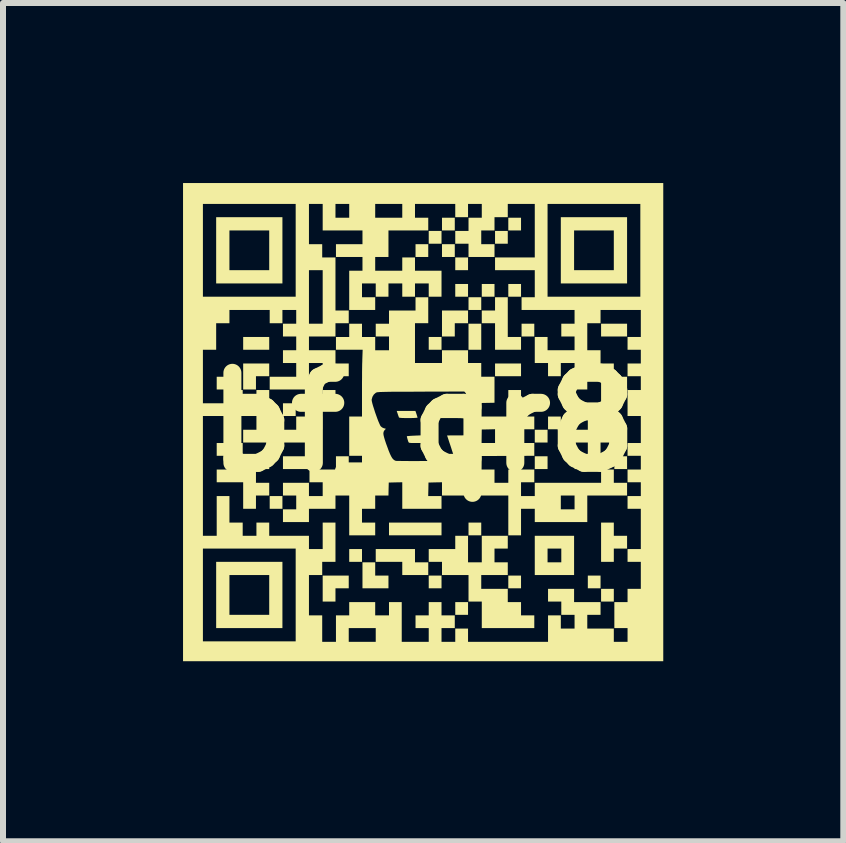
<source format=kicad_pcb>
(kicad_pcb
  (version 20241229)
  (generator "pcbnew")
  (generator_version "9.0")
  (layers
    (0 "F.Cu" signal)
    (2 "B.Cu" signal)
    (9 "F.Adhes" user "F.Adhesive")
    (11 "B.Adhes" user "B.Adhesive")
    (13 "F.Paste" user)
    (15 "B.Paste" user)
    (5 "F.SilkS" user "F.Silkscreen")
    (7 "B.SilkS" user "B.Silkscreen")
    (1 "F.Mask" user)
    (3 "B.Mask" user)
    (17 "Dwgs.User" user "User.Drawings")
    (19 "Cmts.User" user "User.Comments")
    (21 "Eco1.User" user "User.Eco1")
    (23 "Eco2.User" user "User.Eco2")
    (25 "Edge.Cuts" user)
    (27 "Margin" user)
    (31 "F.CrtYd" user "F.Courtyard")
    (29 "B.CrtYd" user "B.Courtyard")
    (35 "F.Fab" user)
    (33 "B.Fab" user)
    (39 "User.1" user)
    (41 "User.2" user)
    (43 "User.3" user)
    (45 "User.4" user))
  (footprint "bf_qr8"
    (layer "F.Cu")
    (at 4.001 3.984)
    (property "Reference" "bf_qr8" (at 0 0 0) (layer "F.SilkS") (effects (font (size 1.5 1.5) (thickness 0.3))))
    (attr board_only exclude_from_pos_files exclude_from_bom)
    (fp_poly (pts (xy -3.228 -0.65) (xy -3.228 -0.544) (xy -3.334 -0.544) (xy -3.44 -0.544) (xy -3.44 -0.65) (xy -3.44 -0.756) (xy -3.334 -0.756) (xy -3.228 -0.756)) (stroke (width 0) (type solid)) (fill yes) (layer "F.SilkS"))
    (fp_poly (pts (xy -2.565 -1.312) (xy -2.565 -1.206) (xy -2.782 -1.206) (xy -2.999 -1.206) (xy -2.999 -1.312) (xy -2.999 -1.419) (xy -2.782 -1.419) (xy -2.565 -1.419)) (stroke (width 0) (type solid)) (fill yes) (layer "F.SilkS"))
    (fp_poly (pts (xy -2.565 0.675) (xy -2.565 0.782) (xy -2.672 0.782) (xy -2.778 0.782) (xy -2.778 0.675) (xy -2.778 0.569) (xy -2.672 0.569) (xy -2.565 0.569)) (stroke (width 0) (type solid)) (fill yes) (layer "F.SilkS"))
    (fp_poly (pts (xy -2.345 1.338) (xy -2.345 1.444) (xy -2.451 1.444) (xy -2.557 1.444) (xy -2.557 1.338) (xy -2.557 1.232) (xy -2.451 1.232) (xy -2.345 1.232)) (stroke (width 0) (type solid)) (fill yes) (layer "F.SilkS"))
    (fp_poly (pts (xy -2.124 -0.208) (xy -2.124 -0.102) (xy -2.23 -0.102) (xy -2.336 -0.102) (xy -2.336 -0.208) (xy -2.336 -0.314) (xy -2.23 -0.314) (xy -2.124 -0.314)) (stroke (width 0) (type solid)) (fill yes) (layer "F.SilkS"))
    (fp_poly (pts (xy -1.903 0.675) (xy -1.903 0.782) (xy -2.119 0.782) (xy -2.336 0.782) (xy -2.336 0.675) (xy -2.336 0.569) (xy -2.119 0.569) (xy -1.903 0.569)) (stroke (width 0) (type solid)) (fill yes) (layer "F.SilkS"))
    (fp_poly (pts (xy -1.461 -0.429) (xy -1.461 -0.323) (xy -1.567 -0.323) (xy -1.674 -0.323) (xy -1.674 -0.429) (xy -1.674 -0.535) (xy -1.567 -0.535) (xy -1.461 -0.535)) (stroke (width 0) (type solid)) (fill yes) (layer "F.SilkS"))
    (fp_poly (pts (xy -1.019 2.221) (xy -1.019 2.328) (xy -1.126 2.328) (xy -1.232 2.328) (xy -1.232 2.221) (xy -1.232 2.115) (xy -1.126 2.115) (xy -1.019 2.115)) (stroke (width 0) (type solid)) (fill yes) (layer "F.SilkS"))
    (fp_poly (pts (xy 0.085 -2.859) (xy 0.085 -2.752) (xy -0.021 -2.752) (xy -0.127 -2.752) (xy -0.127 -2.859) (xy -0.127 -2.965) (xy -0.021 -2.965) (xy 0.085 -2.965)) (stroke (width 0) (type solid)) (fill yes) (layer "F.SilkS"))
    (fp_poly (pts (xy 0.306 -3.079) (xy 0.306 -2.973) (xy 0.2 -2.973) (xy 0.093 -2.973) (xy 0.093 -3.079) (xy 0.093 -3.186) (xy 0.2 -3.186) (xy 0.306 -3.186)) (stroke (width 0) (type solid)) (fill yes) (layer "F.SilkS"))
    (fp_poly (pts (xy 0.306 -1.312) (xy 0.306 -1.206) (xy 0.2 -1.206) (xy 0.093 -1.206) (xy 0.093 -1.312) (xy 0.093 -1.419) (xy 0.2 -1.419) (xy 0.306 -1.419)) (stroke (width 0) (type solid)) (fill yes) (layer "F.SilkS"))
    (fp_poly (pts (xy 0.306 1.78) (xy 0.306 1.886) (xy -0.132 1.886) (xy -0.569 1.886) (xy -0.569 1.78) (xy -0.569 1.674) (xy -0.132 1.674) (xy 0.306 1.674)) (stroke (width 0) (type solid)) (fill yes) (layer "F.SilkS"))
    (fp_poly (pts (xy 0.306 2.663) (xy 0.306 2.769) (xy 0.2 2.769) (xy 0.093 2.769) (xy 0.093 2.663) (xy 0.093 2.557) (xy 0.2 2.557) (xy 0.306 2.557)) (stroke (width 0) (type solid)) (fill yes) (layer "F.SilkS"))
    (fp_poly (pts (xy 0.527 -3.3) (xy 0.527 -3.194) (xy 0.421 -3.194) (xy 0.314 -3.194) (xy 0.314 -3.3) (xy 0.314 -3.406) (xy 0.421 -3.406) (xy 0.527 -3.406)) (stroke (width 0) (type solid)) (fill yes) (layer "F.SilkS"))
    (fp_poly (pts (xy 0.527 -2.859) (xy 0.527 -2.752) (xy 0.421 -2.752) (xy 0.314 -2.752) (xy 0.314 -2.859) (xy 0.314 -2.965) (xy 0.421 -2.965) (xy 0.527 -2.965)) (stroke (width 0) (type solid)) (fill yes) (layer "F.SilkS"))
    (fp_poly (pts (xy 0.748 -2.638) (xy 0.748 -2.532) (xy 0.641 -2.532) (xy 0.535 -2.532) (xy 0.535 -2.638) (xy 0.535 -2.744) (xy 0.641 -2.744) (xy 0.748 -2.744)) (stroke (width 0) (type solid)) (fill yes) (layer "F.SilkS"))
    (fp_poly (pts (xy 0.748 -2.196) (xy 0.748 -2.09) (xy 0.641 -2.09) (xy 0.535 -2.09) (xy 0.535 -2.196) (xy 0.535 -2.302) (xy 0.641 -2.302) (xy 0.748 -2.302)) (stroke (width 0) (type solid)) (fill yes) (layer "F.SilkS"))
    (fp_poly (pts (xy 0.748 3.105) (xy 0.748 3.211) (xy 0.641 3.211) (xy 0.535 3.211) (xy 0.535 3.105) (xy 0.535 2.999) (xy 0.641 2.999) (xy 0.748 2.999)) (stroke (width 0) (type solid)) (fill yes) (layer "F.SilkS"))
    (fp_poly (pts (xy 0.968 -1.975) (xy 0.968 -1.869) (xy 0.862 -1.869) (xy 0.756 -1.869) (xy 0.756 -1.975) (xy 0.756 -2.081) (xy 0.862 -2.081) (xy 0.968 -2.081)) (stroke (width 0) (type solid)) (fill yes) (layer "F.SilkS"))
    (fp_poly (pts (xy 0.968 -1.423) (xy 0.968 -1.206) (xy 0.862 -1.206) (xy 0.756 -1.206) (xy 0.756 -1.423) (xy 0.756 -1.64) (xy 0.862 -1.64) (xy 0.968 -1.64)) (stroke (width 0) (type solid)) (fill yes) (layer "F.SilkS"))
    (fp_poly (pts (xy 0.968 1.78) (xy 0.968 1.886) (xy 0.862 1.886) (xy 0.756 1.886) (xy 0.756 1.78) (xy 0.756 1.674) (xy 0.862 1.674) (xy 0.968 1.674)) (stroke (width 0) (type solid)) (fill yes) (layer "F.SilkS"))
    (fp_poly (pts (xy 1.189 -2.196) (xy 1.189 -2.09) (xy 1.083 -2.09) (xy 0.977 -2.09) (xy 0.977 -2.196) (xy 0.977 -2.302) (xy 1.083 -2.302) (xy 1.189 -2.302)) (stroke (width 0) (type solid)) (fill yes) (layer "F.SilkS"))
    (fp_poly (pts (xy 1.41 -3.079) (xy 1.41 -2.973) (xy 1.304 -2.973) (xy 1.198 -2.973) (xy 1.198 -3.079) (xy 1.198 -3.186) (xy 1.304 -3.186) (xy 1.41 -3.186)) (stroke (width 0) (type solid)) (fill yes) (layer "F.SilkS"))
    (fp_poly (pts (xy 1.631 -3.3) (xy 1.631 -3.194) (xy 1.525 -3.194) (xy 1.419 -3.194) (xy 1.419 -3.3) (xy 1.419 -3.406) (xy 1.525 -3.406) (xy 1.631 -3.406)) (stroke (width 0) (type solid)) (fill yes) (layer "F.SilkS"))
    (fp_poly (pts (xy 1.631 -2.196) (xy 1.631 -2.09) (xy 1.525 -2.09) (xy 1.419 -2.09) (xy 1.419 -2.196) (xy 1.419 -2.302) (xy 1.525 -2.302) (xy 1.631 -2.302)) (stroke (width 0) (type solid)) (fill yes) (layer "F.SilkS"))
    (fp_poly (pts (xy 1.631 -0.871) (xy 1.631 -0.765) (xy 1.414 -0.765) (xy 1.198 -0.765) (xy 1.198 -0.871) (xy 1.198 -0.977) (xy 1.414 -0.977) (xy 1.631 -0.977)) (stroke (width 0) (type solid)) (fill yes) (layer "F.SilkS"))
    (fp_poly (pts (xy 1.631 -0.429) (xy 1.631 -0.323) (xy 1.525 -0.323) (xy 1.419 -0.323) (xy 1.419 -0.429) (xy 1.419 -0.535) (xy 1.525 -0.535) (xy 1.631 -0.535)) (stroke (width 0) (type solid)) (fill yes) (layer "F.SilkS"))
    (fp_poly (pts (xy 1.631 2.663) (xy 1.631 2.769) (xy 1.525 2.769) (xy 1.419 2.769) (xy 1.419 2.663) (xy 1.419 2.557) (xy 1.525 2.557) (xy 1.631 2.557)) (stroke (width 0) (type solid)) (fill yes) (layer "F.SilkS"))
    (fp_poly (pts (xy 1.852 -1.533) (xy 1.852 -1.427) (xy 1.746 -1.427) (xy 1.64 -1.427) (xy 1.64 -1.533) (xy 1.64 -1.64) (xy 1.746 -1.64) (xy 1.852 -1.64)) (stroke (width 0) (type solid)) (fill yes) (layer "F.SilkS"))
    (fp_poly (pts (xy 2.073 0.234) (xy 2.073 0.34) (xy 1.967 0.34) (xy 1.86 0.34) (xy 1.86 0.234) (xy 1.86 0.127) (xy 1.967 0.127) (xy 2.073 0.127)) (stroke (width 0) (type solid)) (fill yes) (layer "F.SilkS"))
    (fp_poly (pts (xy 2.073 0.675) (xy 2.073 0.782) (xy 1.967 0.782) (xy 1.86 0.782) (xy 1.86 0.675) (xy 1.86 0.569) (xy 1.967 0.569) (xy 2.073 0.569)) (stroke (width 0) (type solid)) (fill yes) (layer "F.SilkS"))
    (fp_poly (pts (xy 2.294 0.013) (xy 2.294 0.119) (xy 2.187 0.119) (xy 2.081 0.119) (xy 2.081 0.013) (xy 2.081 -0.093) (xy 2.187 -0.093) (xy 2.294 -0.093)) (stroke (width 0) (type solid)) (fill yes) (layer "F.SilkS"))
    (fp_poly (pts (xy 2.515 -0.429) (xy 2.515 -0.323) (xy 2.408 -0.323) (xy 2.302 -0.323) (xy 2.302 -0.429) (xy 2.302 -0.535) (xy 2.408 -0.535) (xy 2.515 -0.535)) (stroke (width 0) (type solid)) (fill yes) (layer "F.SilkS"))
    (fp_poly (pts (xy 2.735 0.675) (xy 2.735 0.782) (xy 2.629 0.782) (xy 2.523 0.782) (xy 2.523 0.675) (xy 2.523 0.569) (xy 2.629 0.569) (xy 2.735 0.569)) (stroke (width 0) (type solid)) (fill yes) (layer "F.SilkS"))
    (fp_poly (pts (xy 2.956 2.663) (xy 2.956 2.769) (xy 2.85 2.769) (xy 2.744 2.769) (xy 2.744 2.663) (xy 2.744 2.557) (xy 2.85 2.557) (xy 2.956 2.557)) (stroke (width 0) (type solid)) (fill yes) (layer "F.SilkS"))
    (fp_poly (pts (xy 3.177 2.884) (xy 3.177 2.99) (xy 3.071 2.99) (xy 2.965 2.99) (xy 2.965 2.884) (xy 2.965 2.778) (xy 3.071 2.778) (xy 3.177 2.778)) (stroke (width 0) (type solid)) (fill yes) (layer "F.SilkS"))
    (fp_poly (pts (xy 3.398 -1.533) (xy 3.398 -1.427) (xy 3.181 -1.427) (xy 2.965 -1.427) (xy 2.965 -1.533) (xy 2.965 -1.64) (xy 3.181 -1.64) (xy 3.398 -1.64)) (stroke (width 0) (type solid)) (fill yes) (layer "F.SilkS"))
    (fp_poly (pts (xy 3.398 0.675) (xy 3.398 0.782) (xy 3.292 0.782) (xy 3.186 0.782) (xy 3.186 0.675) (xy 3.186 0.569) (xy 3.292 0.569) (xy 3.398 0.569)) (stroke (width 0) (type solid)) (fill yes) (layer "F.SilkS"))
    (fp_poly (pts (xy -2.565 -0.871) (xy -2.565 -0.765) (xy -2.676 -0.765) (xy -2.786 -0.765) (xy -2.786 -0.654) (xy -2.786 -0.544) (xy -2.893 -0.544) (xy -2.999 -0.544) (xy -2.999 -0.76) (xy -2.999 -0.977) (xy -2.782 -0.977) (xy -2.565 -0.977)) (stroke (width 0) (type solid)) (fill yes) (layer "F.SilkS"))
    (fp_poly (pts (xy -1.24 2.663) (xy -1.24 2.769) (xy -1.351 2.769) (xy -1.461 2.769) (xy -1.461 2.88) (xy -1.461 2.99) (xy -1.567 2.99) (xy -1.674 2.99) (xy -1.674 2.774) (xy -1.674 2.557) (xy -1.457 2.557) (xy -1.24 2.557)) (stroke (width 0) (type solid)) (fill yes) (layer "F.SilkS"))
    (fp_poly (pts (xy -0.799 2.447) (xy -0.799 2.557) (xy -0.688 2.557) (xy -0.578 2.557) (xy -0.578 2.663) (xy -0.578 2.769) (xy -0.794 2.769) (xy -1.011 2.769) (xy -1.011 2.553) (xy -1.011 2.336) (xy -0.905 2.336) (xy -0.799 2.336)) (stroke (width 0) (type solid)) (fill yes) (layer "F.SilkS"))
    (fp_poly (pts (xy 0.748 -1.754) (xy 0.748 -1.648) (xy 0.637 -1.648) (xy 0.527 -1.648) (xy 0.527 -1.538) (xy 0.527 -1.427) (xy 0.421 -1.427) (xy 0.314 -1.427) (xy 0.314 -1.644) (xy 0.314 -1.86) (xy 0.531 -1.86) (xy 0.748 -1.86)) (stroke (width 0) (type solid)) (fill yes) (layer "F.SilkS"))
    (fp_poly (pts (xy -0.136 2.226) (xy -0.136 2.336) (xy -0.025 2.336) (xy 0.085 2.336) (xy 0.085 2.442) (xy 0.085 2.548) (xy -0.132 2.548) (xy -0.348 2.548) (xy -0.348 2.438) (xy -0.348 2.328) (xy -0.569 2.328) (xy -0.79 2.328) (xy -0.79 2.221) (xy -0.79 2.115) (xy -0.463 2.115) (xy -0.136 2.115)) (stroke (width 0) (type solid)) (fill yes) (layer "F.SilkS"))
    (fp_poly (pts (xy 3.177 1.784) (xy 3.177 1.894) (xy 3.288 1.894) (xy 3.398 1.894) (xy 3.398 2.001) (xy 3.398 2.107) (xy 3.288 2.107) (xy 3.177 2.107) (xy 3.177 2.217) (xy 3.177 2.328) (xy 3.071 2.328) (xy 2.965 2.328) (xy 2.965 2.001) (xy 2.965 1.674) (xy 3.071 1.674) (xy 3.177 1.674)) (stroke (width 0) (type solid)) (fill yes) (layer "F.SilkS"))
    (fp_poly (pts (xy -2.345 -2.863) (xy -2.345 -2.311) (xy -2.897 -2.311) (xy -3.449 -2.311) (xy -3.449 -2.863) (xy -3.449 -3.194) (xy -3.228 -3.194) (xy -3.228 -2.863) (xy -3.228 -2.532) (xy -2.897 -2.532) (xy -2.565 -2.532) (xy -2.565 -2.863) (xy -2.565 -3.194) (xy -2.897 -3.194) (xy -3.228 -3.194) (xy -3.449 -3.194) (xy -3.449 -3.415) (xy -2.897 -3.415) (xy -2.345 -3.415)) (stroke (width 0) (type solid)) (fill yes) (layer "F.SilkS"))
    (fp_poly (pts (xy -2.345 2.88) (xy -2.345 3.432) (xy -2.897 3.432) (xy -3.449 3.432) (xy -3.449 2.88) (xy -3.449 2.548) (xy -3.228 2.548) (xy -3.228 2.88) (xy -3.228 3.211) (xy -2.897 3.211) (xy -2.565 3.211) (xy -2.565 2.88) (xy -2.565 2.548) (xy -2.897 2.548) (xy -3.228 2.548) (xy -3.449 2.548) (xy -3.449 2.328) (xy -2.897 2.328) (xy -2.345 2.328)) (stroke (width 0) (type solid)) (fill yes) (layer "F.SilkS"))
    (fp_poly (pts (xy 2.515 2.221) (xy 2.515 2.548) (xy 2.187 2.548) (xy 1.86 2.548) (xy 1.86 2.221) (xy 1.86 2.107) (xy 2.073 2.107) (xy 2.073 2.221) (xy 2.073 2.336) (xy 2.187 2.336) (xy 2.302 2.336) (xy 2.302 2.221) (xy 2.302 2.107) (xy 2.187 2.107) (xy 2.073 2.107) (xy 1.86 2.107) (xy 1.86 1.894) (xy 2.187 1.894) (xy 2.515 1.894)) (stroke (width 0) (type solid)) (fill yes) (layer "F.SilkS"))
    (fp_poly (pts (xy 3.398 -2.863) (xy 3.398 -2.311) (xy 2.846 -2.311) (xy 2.294 -2.311) (xy 2.294 -2.863) (xy 2.294 -3.194) (xy 2.515 -3.194) (xy 2.515 -2.863) (xy 2.515 -2.532) (xy 2.846 -2.532) (xy 3.177 -2.532) (xy 3.177 -2.863) (xy 3.177 -3.194) (xy 2.846 -3.194) (xy 2.515 -3.194) (xy 2.294 -3.194) (xy 2.294 -3.415) (xy 2.846 -3.415) (xy 3.398 -3.415)) (stroke (width 0) (type solid)) (fill yes) (layer "F.SilkS"))
    (fp_poly (pts (xy 1.41 -1.75) (xy 1.41 -1.419) (xy 1.521 -1.419) (xy 1.631 -1.419) (xy 1.631 -1.312) (xy 1.631 -1.206) (xy 1.414 -1.206) (xy 1.198 -1.206) (xy 1.198 -1.427) (xy 1.198 -1.648) (xy 1.087 -1.648) (xy 0.977 -1.648) (xy 0.977 -1.754) (xy 0.977 -1.86) (xy 1.087 -1.86) (xy 1.198 -1.86) (xy 1.198 -1.971) (xy 1.198 -2.081) (xy 1.304 -2.081) (xy 1.41 -2.081)) (stroke (width 0) (type solid)) (fill yes) (layer "F.SilkS"))
    (fp_poly (pts (xy -0.111 -0.134) (xy -0.102 -0.106) (xy -0.096 -0.085) (xy -0.093 -0.075) (xy -0.101 -0.073) (xy -0.124 -0.071) (xy -0.158 -0.069) (xy -0.201 -0.068) (xy -0.247 -0.068) (xy -0.305 -0.068) (xy -0.348 -0.069) (xy -0.378 -0.071) (xy -0.396 -0.074) (xy -0.403 -0.078) (xy -0.404 -0.079) (xy -0.408 -0.092) (xy -0.417 -0.116) (xy -0.424 -0.138) (xy -0.441 -0.187) (xy -0.285 -0.187) (xy -0.129 -0.187)) (stroke (width 0) (type solid)) (fill yes) (layer "F.SilkS"))
    (fp_poly (pts (xy 3.177 0.017) (xy 3.177 0.127) (xy 3.288 0.127) (xy 3.398 0.127) (xy 3.398 0.234) (xy 3.398 0.34) (xy 3.177 0.34) (xy 2.956 0.34) (xy 2.956 0.45) (xy 2.956 0.561) (xy 2.85 0.561) (xy 2.744 0.561) (xy 2.744 0.45) (xy 2.744 0.34) (xy 2.523 0.34) (xy 2.302 0.34) (xy 2.302 0.234) (xy 2.302 0.127) (xy 2.523 0.127) (xy 2.744 0.127) (xy 2.744 0.017) (xy 2.744 -0.093) (xy 2.961 -0.093) (xy 3.177 -0.093)) (stroke (width 0) (type solid)) (fill yes) (layer "F.SilkS"))
    (fp_poly (pts (xy 0.049 0.278) (xy 0.058 0.307) (xy 0.065 0.33) (xy 0.068 0.342) (xy 0.068 0.343) (xy 0.06 0.344) (xy 0.038 0.346) (xy 0.004 0.347) (xy -0.039 0.348) (xy -0.085 0.348) (xy -0.14 0.348) (xy -0.179 0.348) (xy -0.207 0.347) (xy -0.225 0.345) (xy -0.236 0.342) (xy -0.241 0.337) (xy -0.245 0.331) (xy -0.246 0.329) (xy -0.256 0.299) (xy -0.264 0.271) (xy -0.27 0.248) (xy -0.271 0.235) (xy -0.271 0.234) (xy -0.262 0.233) (xy -0.238 0.231) (xy -0.203 0.228) (xy -0.16 0.226) (xy -0.119 0.224) (xy 0.03 0.218)) (stroke (width 0) (type solid)) (fill yes) (layer "F.SilkS"))
    (fp_poly (pts (xy -3.007 0.569) (xy -3.007 0.79) (xy -2.897 0.79) (xy -2.786 0.79) (xy -2.786 0.9) (xy -2.786 1.011) (xy -2.676 1.011) (xy -2.565 1.011) (xy -2.565 1.117) (xy -2.565 1.223) (xy -2.676 1.223) (xy -2.786 1.223) (xy -2.786 1.334) (xy -2.786 1.444) (xy -2.893 1.444) (xy -2.999 1.444) (xy -2.999 1.223) (xy -2.999 1.002) (xy -3.22 1.002) (xy -3.44 1.002) (xy -3.44 0.896) (xy -3.44 0.79) (xy -3.33 0.79) (xy -3.22 0.79) (xy -3.22 0.675) (xy -3.22 0.561) (xy -3.33 0.561) (xy -3.44 0.561) (xy -3.44 0.454) (xy -3.44 0.348) (xy -3.224 0.348) (xy -3.007 0.348)) (stroke (width 0) (type solid)) (fill yes) (layer "F.SilkS"))
    (fp_poly (pts (xy 0.748 2.115) (xy 0.748 2.336) (xy 0.862 2.336) (xy 0.977 2.336) (xy 0.977 2.115) (xy 0.977 1.894) (xy 1.194 1.894) (xy 1.41 1.894) (xy 1.41 2.001) (xy 1.41 2.107) (xy 1.3 2.107) (xy 1.189 2.107) (xy 1.189 2.221) (xy 1.189 2.336) (xy 1.3 2.336) (xy 1.41 2.336) (xy 1.41 2.442) (xy 1.41 2.548) (xy 1.189 2.548) (xy 0.968 2.548) (xy 0.968 2.663) (xy 0.968 2.778) (xy 1.189 2.778) (xy 1.41 2.778) (xy 1.41 2.888) (xy 1.41 2.999) (xy 1.521 2.999) (xy 1.631 2.999) (xy 1.631 3.109) (xy 1.631 3.22) (xy 1.741 3.22) (xy 1.852 3.22) (xy 1.852 3.326) (xy 1.852 3.432) (xy 1.414 3.432) (xy 0.977 3.432) (xy 0.977 3.211) (xy 0.977 2.99) (xy 0.866 2.99) (xy 0.756 2.99) (xy 0.756 2.769) (xy 0.756 2.548) (xy 0.535 2.548) (xy 0.314 2.548) (xy 0.314 2.438) (xy 0.314 2.328) (xy 0.204 2.328) (xy 0.093 2.328) (xy 0.093 2.221) (xy 0.093 2.115) (xy 0.314 2.115) (xy 0.535 2.115) (xy 0.535 2.005) (xy 0.535 1.894) (xy 0.641 1.894) (xy 0.748 1.894)) (stroke (width 0) (type solid)) (fill yes) (layer "F.SilkS"))
    (fp_poly (pts (xy 0.085 -1.865) (xy 0.085 -1.648) (xy -0.025 -1.648) (xy -0.136 -1.648) (xy -0.136 -1.317) (xy -0.136 -0.985) (xy 0.089 -0.985) (xy 0.314 -0.985) (xy 0.314 -1.092) (xy 0.314 -1.198) (xy 0.531 -1.198) (xy 0.748 -1.198) (xy 0.748 -1.092) (xy 0.748 -0.985) (xy 0.858 -0.985) (xy 0.968 -0.985) (xy 0.968 -0.871) (xy 0.968 -0.756) (xy 1.079 -0.756) (xy 1.189 -0.756) (xy 1.189 -0.54) (xy 1.189 -0.323) (xy 1.081 -0.321) (xy 0.973 -0.319) (xy 0.97 -0.206) (xy 0.968 -0.093) (xy 1.41 -0.093) (xy 1.852 -0.093) (xy 1.852 0.013) (xy 1.852 0.119) (xy 1.631 0.119) (xy 1.41 0.119) (xy 1.41 0.234) (xy 1.41 0.348) (xy 1.631 0.348) (xy 1.852 0.348) (xy 1.852 0.454) (xy 1.852 0.561) (xy 1.412 0.563) (xy 0.973 0.565) (xy 0.97 0.677) (xy 0.968 0.79) (xy 1.079 0.79) (xy 1.189 0.79) (xy 1.189 0.9) (xy 1.189 1.011) (xy 1.304 1.011) (xy 1.419 1.011) (xy 1.419 0.9) (xy 1.419 0.79) (xy 1.635 0.79) (xy 1.852 0.79) (xy 1.852 0.896) (xy 1.852 1.002) (xy 1.741 1.002) (xy 1.631 1.002) (xy 1.631 1.117) (xy 1.631 1.232) (xy 1.746 1.232) (xy 1.86 1.232) (xy 1.86 1.223) (xy 2.294 1.223) (xy 2.294 1.338) (xy 2.294 1.453) (xy 2.408 1.453) (xy 2.523 1.453) (xy 2.523 1.338) (xy 2.523 1.223) (xy 2.408 1.223) (xy 2.294 1.223) (xy 1.86 1.223) (xy 1.86 1.121) (xy 1.86 1.011) (xy 2.413 1.011) (xy 2.965 1.011) (xy 2.965 0.9) (xy 2.965 0.79) (xy 3.071 0.79) (xy 3.177 0.79) (xy 3.177 0.9) (xy 3.177 1.011) (xy 3.288 1.011) (xy 3.398 1.011) (xy 3.398 1.117) (xy 3.398 1.223) (xy 3.067 1.223) (xy 2.735 1.223) (xy 2.735 1.444) (xy 2.735 1.665) (xy 2.298 1.665) (xy 1.86 1.665) (xy 1.86 1.555) (xy 1.86 1.444) (xy 1.746 1.444) (xy 1.631 1.444) (xy 1.631 1.665) (xy 1.631 1.886) (xy 1.525 1.886) (xy 1.419 1.886) (xy 1.419 1.555) (xy 1.419 1.223) (xy 0.866 1.223) (xy 0.314 1.223) (xy 0.314 1.113) (xy 0.314 1.002) (xy 0.202 1.004) (xy 0.089 1.007) (xy 0.087 1.119) (xy 0.084 1.232) (xy 0.195 1.232) (xy 0.306 1.232) (xy 0.306 1.338) (xy 0.306 1.444) (xy -0.021 1.444) (xy -0.348 1.444) (xy -0.348 1.223) (xy -0.348 1.002) (xy -0.461 1.004) (xy -0.573 1.007) (xy -0.576 1.115) (xy -0.578 1.223) (xy -0.688 1.223) (xy -0.799 1.223) (xy -0.799 1.334) (xy -0.799 1.444) (xy -0.909 1.444) (xy -1.019 1.444) (xy -1.019 1.559) (xy -1.019 1.674) (xy -0.909 1.674) (xy -0.799 1.674) (xy -0.799 1.78) (xy -0.799 1.886) (xy -1.015 1.886) (xy -1.232 1.886) (xy -1.232 1.555) (xy -1.232 1.223) (xy -1.346 1.223) (xy -1.461 1.223) (xy -1.461 1.334) (xy -1.461 1.444) (xy -1.682 1.444) (xy -1.903 1.444) (xy -1.903 1.555) (xy -1.903 1.665) (xy -2.119 1.665) (xy -2.336 1.665) (xy -2.336 1.559) (xy -2.336 1.453) (xy -2.226 1.453) (xy -2.115 1.453) (xy -2.115 1.338) (xy -2.115 1.223) (xy -2.226 1.223) (xy -2.336 1.223) (xy -2.336 1.117) (xy -2.336 1.011) (xy -2.119 1.011) (xy -1.903 1.011) (xy -1.903 1.121) (xy -1.903 1.232) (xy -1.788 1.232) (xy -1.674 1.232) (xy -1.674 1.117) (xy -1.674 1.002) (xy -1.784 1.002) (xy -1.894 1.002) (xy -1.894 0.896) (xy -1.894 0.79) (xy -1.674 0.79) (xy -1.453 0.79) (xy -1.453 0.68) (xy -1.453 0.569) (xy -1.346 0.569) (xy -1.24 0.569) (xy -1.24 0.68) (xy -1.24 0.79) (xy -1.13 0.79) (xy -1.019 0.79) (xy -1.019 0.675) (xy -1.019 0.561) (xy -1.126 0.561) (xy -1.232 0.561) (xy -1.232 0.234) (xy -1.232 -0.093) (xy -1.126 -0.093) (xy -1.019 -0.093) (xy -1.019 -0.368) (xy -0.858 -0.368) (xy -0.855 -0.347) (xy -0.847 -0.313) (xy -0.835 -0.27) (xy -0.819 -0.221) (xy -0.802 -0.167) (xy -0.783 -0.113) (xy -0.764 -0.06) (xy -0.746 -0.013) (xy -0.729 0.026) (xy -0.716 0.055) (xy -0.706 0.07) (xy -0.683 0.089) (xy -0.655 0.102) (xy -0.653 0.102) (xy -0.621 0.111) (xy -0.642 0.133) (xy -0.653 0.148) (xy -0.66 0.166) (xy -0.663 0.188) (xy -0.66 0.216) (xy -0.651 0.253) (xy -0.637 0.3) (xy -0.617 0.36) (xy -0.601 0.403) (xy -0.576 0.472) (xy -0.554 0.526) (xy -0.534 0.568) (xy -0.516 0.599) (xy -0.498 0.62) (xy -0.479 0.635) (xy -0.459 0.644) (xy -0.456 0.645) (xy -0.443 0.646) (xy -0.416 0.647) (xy -0.375 0.647) (xy -0.324 0.648) (xy -0.263 0.648) (xy -0.194 0.649) (xy -0.121 0.649) (xy -0.043 0.648) (xy 0.035 0.648) (xy 0.114 0.648) (xy 0.19 0.647) (xy 0.262 0.647) (xy 0.328 0.646) (xy 0.386 0.645) (xy 0.434 0.644) (xy 0.47 0.643) (xy 0.492 0.642) (xy 0.499 0.641) (xy 0.509 0.637) (xy 0.515 0.629) (xy 0.518 0.616) (xy 0.516 0.596) (xy 0.51 0.567) (xy 0.499 0.528) (xy 0.482 0.476) (xy 0.463 0.416) (xy 0.445 0.362) (xy 0.44 0.348) (xy 0.968 0.348) (xy 1.083 0.348) (xy 1.198 0.348) (xy 1.198 0.233) (xy 1.198 0.118) (xy 1.085 0.121) (xy 0.973 0.123) (xy 0.97 0.236) (xy 0.968 0.348) (xy 0.44 0.348) (xy 0.429 0.314) (xy 0.416 0.274) (xy 0.406 0.244) (xy 0.4 0.227) (xy 0.399 0.223) (xy 0.407 0.222) (xy 0.43 0.222) (xy 0.465 0.221) (xy 0.509 0.221) (xy 0.56 0.221) (xy 0.577 0.221) (xy 0.644 0.221) (xy 0.697 0.219) (xy 0.736 0.217) (xy 0.764 0.214) (xy 0.783 0.209) (xy 0.794 0.202) (xy 0.801 0.193) (xy 0.801 0.192) (xy 0.8 0.179) (xy 0.794 0.154) (xy 0.783 0.121) (xy 0.769 0.084) (xy 0.754 0.045) (xy 0.738 0.009) (xy 0.725 -0.02) (xy 0.717 -0.035) (xy 0.709 -0.046) (xy 0.698 -0.054) (xy 0.683 -0.06) (xy 0.66 -0.064) (xy 0.629 -0.066) (xy 0.587 -0.067) (xy 0.531 -0.068) (xy 0.487 -0.068) (xy 0.29 -0.068) (xy 0.273 -0.121) (xy 0.264 -0.148) (xy 0.257 -0.169) (xy 0.255 -0.179) (xy 0.263 -0.18) (xy 0.286 -0.182) (xy 0.322 -0.184) (xy 0.369 -0.186) (xy 0.424 -0.188) (xy 0.486 -0.189) (xy 0.511 -0.19) (xy 0.585 -0.191) (xy 0.644 -0.193) (xy 0.69 -0.195) (xy 0.724 -0.197) (xy 0.749 -0.199) (xy 0.765 -0.202) (xy 0.776 -0.205) (xy 0.783 -0.209) (xy 0.783 -0.209) (xy 0.795 -0.226) (xy 0.799 -0.239) (xy 0.795 -0.256) (xy 0.787 -0.285) (xy 0.775 -0.322) (xy 0.76 -0.363) (xy 0.744 -0.403) (xy 0.729 -0.44) (xy 0.715 -0.47) (xy 0.705 -0.488) (xy 0.703 -0.491) (xy 0.685 -0.51) (xy -0.038 -0.508) (xy -0.165 -0.507) (xy -0.277 -0.507) (xy -0.374 -0.507) (xy -0.457 -0.506) (xy -0.527 -0.506) (xy -0.586 -0.505) (xy -0.635 -0.504) (xy -0.675 -0.503) (xy -0.706 -0.502) (xy -0.731 -0.501) (xy -0.749 -0.499) (xy -0.763 -0.498) (xy -0.773 -0.496) (xy -0.78 -0.493) (xy -0.786 -0.49) (xy -0.79 -0.488) (xy -0.822 -0.46) (xy -0.845 -0.422) (xy -0.857 -0.38) (xy -0.858 -0.368) (xy -1.019 -0.368) (xy -1.019 -0.483) (xy -1.019 -0.57) (xy -1.019 -0.659) (xy -1.018 -0.745) (xy -1.018 -0.828) (xy -1.017 -0.903) (xy -1.016 -0.968) (xy -1.014 -1.02) (xy -1.014 -1.039) (xy -1.008 -1.206) (xy -1.23 -1.206) (xy -1.453 -1.206) (xy -1.453 -1.312) (xy -1.453 -1.419) (xy -1.342 -1.419) (xy -1.232 -1.419) (xy -1.232 -1.529) (xy -1.232 -1.64) (xy -1.126 -1.64) (xy -1.019 -1.64) (xy -1.019 -1.529) (xy -1.019 -1.419) (xy -0.909 -1.419) (xy -0.799 -1.419) (xy -0.799 -1.308) (xy -0.799 -1.198) (xy -0.684 -1.198) (xy -0.569 -1.198) (xy -0.569 -1.312) (xy -0.569 -1.427) (xy -0.68 -1.427) (xy -0.79 -1.427) (xy -0.79 -1.533) (xy -0.79 -1.64) (xy -0.68 -1.64) (xy -0.569 -1.64) (xy -0.569 -1.75) (xy -0.569 -1.86) (xy -0.348 -1.86) (xy -0.127 -1.86) (xy -0.127 -1.971) (xy -0.127 -2.081) (xy -0.021 -2.081) (xy 0.085 -2.081)) (stroke (width 0) (type solid)) (fill yes) (layer "F.SilkS"))
    (fp_poly (pts (xy 4.001 0) (xy 4.001 3.984) (xy 0 3.984) (xy -4.001 3.984) (xy -4.001 2.107) (xy -3.67 2.107) (xy -3.67 2.88) (xy -3.67 3.653) (xy -2.897 3.653) (xy -2.124 3.653) (xy -2.124 2.88) (xy -2.124 2.107) (xy -2.897 2.107) (xy -3.67 2.107) (xy -4.001 2.107) (xy -4.001 1.894) (xy -3.67 1.894) (xy -3.555 1.894) (xy -3.44 1.894) (xy -3.44 1.563) (xy -3.44 1.232) (xy -3.334 1.232) (xy -3.228 1.232) (xy -3.228 1.453) (xy -3.228 1.674) (xy -3.118 1.674) (xy -3.007 1.674) (xy -3.007 1.784) (xy -3.007 1.894) (xy -2.893 1.894) (xy -2.778 1.894) (xy -2.778 1.784) (xy -2.778 1.674) (xy -2.672 1.674) (xy -2.565 1.674) (xy -2.565 1.784) (xy -2.565 1.894) (xy -2.234 1.894) (xy -1.903 1.894) (xy -1.903 2.005) (xy -1.903 2.115) (xy -1.788 2.115) (xy -1.674 2.115) (xy -1.674 1.894) (xy -1.674 1.674) (xy -1.567 1.674) (xy -1.461 1.674) (xy -1.461 2.001) (xy -1.461 2.328) (xy -1.572 2.328) (xy -1.682 2.328) (xy -1.682 2.438) (xy -1.682 2.548) (xy -1.792 2.548) (xy -1.903 2.548) (xy -1.903 2.884) (xy -1.903 3.22) (xy -1.792 3.22) (xy -1.682 3.22) (xy -1.682 3.44) (xy -1.682 3.661) (xy -1.567 3.661) (xy -1.453 3.661) (xy -1.453 3.44) (xy -1.453 3.432) (xy -1.24 3.432) (xy -1.24 3.547) (xy -1.24 3.661) (xy -1.015 3.661) (xy -0.79 3.661) (xy -0.79 3.547) (xy -0.79 3.432) (xy -1.015 3.432) (xy -1.24 3.432) (xy -1.453 3.432) (xy -1.453 3.22) (xy -1.342 3.22) (xy -1.232 3.22) (xy -1.232 3.109) (xy -1.232 2.999) (xy -1.015 2.999) (xy -0.799 2.999) (xy -0.799 3.109) (xy -0.799 3.22) (xy -0.684 3.22) (xy -0.569 3.22) (xy -0.569 3.109) (xy -0.569 2.999) (xy -0.463 2.999) (xy -0.357 2.999) (xy -0.357 3.33) (xy -0.357 3.661) (xy -0.132 3.661) (xy 0.093 3.661) (xy 0.093 3.547) (xy 0.093 3.432) (xy -0.017 3.432) (xy -0.127 3.432) (xy -0.127 3.326) (xy -0.127 3.22) (xy -0.017 3.22) (xy 0.093 3.22) (xy 0.093 3.109) (xy 0.093 2.999) (xy 0.2 2.999) (xy 0.306 2.999) (xy 0.306 3.109) (xy 0.306 3.22) (xy 0.416 3.22) (xy 0.527 3.22) (xy 0.527 3.326) (xy 0.527 3.432) (xy 0.416 3.432) (xy 0.306 3.432) (xy 0.306 3.547) (xy 0.306 3.661) (xy 0.421 3.661) (xy 0.535 3.661) (xy 0.535 3.551) (xy 0.535 3.44) (xy 0.641 3.44) (xy 0.748 3.44) (xy 0.748 3.551) (xy 0.748 3.661) (xy 1.414 3.661) (xy 2.081 3.661) (xy 2.081 3.44) (xy 2.081 3.22) (xy 2.187 3.22) (xy 2.294 3.22) (xy 2.294 3.33) (xy 2.294 3.44) (xy 2.408 3.44) (xy 2.523 3.44) (xy 2.523 3.326) (xy 2.523 3.211) (xy 2.413 3.211) (xy 2.302 3.211) (xy 2.302 3.101) (xy 2.302 2.99) (xy 2.192 2.99) (xy 2.081 2.99) (xy 2.081 2.884) (xy 2.081 2.778) (xy 2.298 2.778) (xy 2.515 2.778) (xy 2.515 2.888) (xy 2.515 2.999) (xy 2.735 2.999) (xy 2.956 2.999) (xy 2.956 3.105) (xy 2.956 3.211) (xy 2.846 3.211) (xy 2.735 3.211) (xy 2.735 3.326) (xy 2.735 3.44) (xy 2.956 3.44) (xy 3.177 3.44) (xy 3.177 3.551) (xy 3.177 3.661) (xy 3.292 3.661) (xy 3.406 3.661) (xy 3.406 3.547) (xy 3.406 3.432) (xy 3.296 3.432) (xy 3.186 3.432) (xy 3.186 3.215) (xy 3.186 2.999) (xy 3.296 2.999) (xy 3.406 2.999) (xy 3.406 2.888) (xy 3.406 2.778) (xy 3.517 2.778) (xy 3.627 2.778) (xy 3.627 2.553) (xy 3.627 2.328) (xy 3.517 2.328) (xy 3.406 2.328) (xy 3.406 2.221) (xy 3.406 2.115) (xy 3.517 2.115) (xy 3.627 2.115) (xy 3.627 1.78) (xy 3.627 1.444) (xy 3.517 1.444) (xy 3.406 1.444) (xy 3.406 1.338) (xy 3.406 1.232) (xy 3.517 1.232) (xy 3.627 1.232) (xy 3.627 1.117) (xy 3.627 1.002) (xy 3.517 1.002) (xy 3.406 1.002) (xy 3.406 0.896) (xy 3.406 0.79) (xy 3.517 0.79) (xy 3.627 0.79) (xy 3.627 0.675) (xy 3.627 0.561) (xy 3.517 0.561) (xy 3.406 0.561) (xy 3.406 0.454) (xy 3.406 0.348) (xy 3.517 0.348) (xy 3.627 0.348) (xy 3.627 0.123) (xy 3.627 -0.102) (xy 3.517 -0.102) (xy 3.406 -0.102) (xy 3.406 -0.319) (xy 3.406 -0.535) (xy 3.517 -0.535) (xy 3.627 -0.535) (xy 3.627 -0.65) (xy 3.627 -0.765) (xy 3.517 -0.765) (xy 3.406 -0.765) (xy 3.406 -0.871) (xy 3.406 -0.977) (xy 3.517 -0.977) (xy 3.627 -0.977) (xy 3.627 -1.092) (xy 3.627 -1.206) (xy 3.517 -1.206) (xy 3.406 -1.206) (xy 3.406 -1.312) (xy 3.406 -1.419) (xy 3.517 -1.419) (xy 3.627 -1.419) (xy 3.627 -1.644) (xy 3.627 -1.869) (xy 3.292 -1.869) (xy 2.956 -1.869) (xy 2.956 -1.758) (xy 2.956 -1.648) (xy 2.846 -1.648) (xy 2.735 -1.648) (xy 2.735 -1.423) (xy 2.735 -1.198) (xy 2.846 -1.198) (xy 2.956 -1.198) (xy 2.956 -1.087) (xy 2.956 -0.977) (xy 3.067 -0.977) (xy 3.177 -0.977) (xy 3.177 -0.866) (xy 3.177 -0.756) (xy 3.288 -0.756) (xy 3.398 -0.756) (xy 3.398 -0.65) (xy 3.398 -0.544) (xy 3.288 -0.544) (xy 3.177 -0.544) (xy 3.177 -0.433) (xy 3.177 -0.323) (xy 3.071 -0.323) (xy 2.965 -0.323) (xy 2.965 -0.544) (xy 2.965 -0.765) (xy 2.85 -0.765) (xy 2.735 -0.765) (xy 2.735 -0.654) (xy 2.735 -0.544) (xy 2.629 -0.544) (xy 2.523 -0.544) (xy 2.523 -0.765) (xy 2.523 -0.985) (xy 2.408 -0.985) (xy 2.294 -0.985) (xy 2.294 -0.875) (xy 2.294 -0.765) (xy 2.187 -0.765) (xy 2.081 -0.765) (xy 2.081 -0.875) (xy 2.081 -0.985) (xy 1.971 -0.985) (xy 1.86 -0.985) (xy 1.86 -1.202) (xy 1.86 -1.419) (xy 1.967 -1.419) (xy 2.073 -1.419) (xy 2.073 -1.308) (xy 2.073 -1.198) (xy 2.298 -1.198) (xy 2.523 -1.198) (xy 2.523 -1.312) (xy 2.523 -1.427) (xy 2.413 -1.427) (xy 2.302 -1.427) (xy 2.302 -1.533) (xy 2.302 -1.64) (xy 2.413 -1.64) (xy 2.523 -1.64) (xy 2.523 -1.754) (xy 2.523 -1.869) (xy 2.081 -1.869) (xy 1.64 -1.869) (xy 1.64 -1.975) (xy 1.64 -2.081) (xy 1.75 -2.081) (xy 1.86 -2.081) (xy 1.86 -2.306) (xy 1.86 -2.532) (xy 1.529 -2.532) (xy 1.198 -2.532) (xy 1.198 -2.638) (xy 1.198 -2.744) (xy 1.529 -2.744) (xy 1.86 -2.744) (xy 1.86 -3.19) (xy 1.86 -3.636) (xy 2.073 -3.636) (xy 2.073 -2.863) (xy 2.073 -2.09) (xy 2.846 -2.09) (xy 3.619 -2.09) (xy 3.619 -2.863) (xy 3.619 -3.636) (xy 2.846 -3.636) (xy 2.073 -3.636) (xy 1.86 -3.636) (xy 1.635 -3.636) (xy 1.41 -3.636) (xy 1.41 -3.525) (xy 1.41 -3.415) (xy 1.3 -3.415) (xy 1.189 -3.415) (xy 1.189 -3.305) (xy 1.189 -3.194) (xy 1.079 -3.194) (xy 0.968 -3.194) (xy 0.968 -3.079) (xy 0.968 -2.965) (xy 1.079 -2.965) (xy 1.189 -2.965) (xy 1.189 -2.859) (xy 1.189 -2.752) (xy 0.973 -2.752) (xy 0.756 -2.752) (xy 0.756 -2.863) (xy 0.756 -2.973) (xy 0.646 -2.973) (xy 0.535 -2.973) (xy 0.535 -3.079) (xy 0.535 -3.186) (xy 0.646 -3.186) (xy 0.756 -3.186) (xy 0.756 -3.296) (xy 0.756 -3.406) (xy 0.866 -3.406) (xy 0.977 -3.406) (xy 0.977 -3.521) (xy 0.977 -3.636) (xy 0.862 -3.636) (xy 0.748 -3.636) (xy 0.748 -3.525) (xy 0.748 -3.415) (xy 0.641 -3.415) (xy 0.535 -3.415) (xy 0.535 -3.525) (xy 0.535 -3.636) (xy 0.2 -3.636) (xy -0.136 -3.636) (xy -0.136 -3.521) (xy -0.136 -3.406) (xy -0.025 -3.406) (xy 0.085 -3.406) (xy 0.085 -3.3) (xy 0.085 -3.194) (xy -0.246 -3.194) (xy -0.578 -3.194) (xy -0.578 -2.973) (xy -0.578 -2.752) (xy -0.688 -2.752) (xy -0.799 -2.752) (xy -0.799 -2.638) (xy -0.799 -2.523) (xy -0.573 -2.523) (xy -0.348 -2.523) (xy -0.348 -2.633) (xy -0.348 -2.744) (xy -0.242 -2.744) (xy -0.136 -2.744) (xy -0.136 -2.633) (xy -0.136 -2.523) (xy 0.085 -2.523) (xy 0.306 -2.523) (xy 0.306 -2.306) (xy 0.306 -2.09) (xy 0.2 -2.09) (xy 0.093 -2.09) (xy 0.093 -2.2) (xy 0.093 -2.311) (xy -0.021 -2.311) (xy -0.136 -2.311) (xy -0.136 -2.2) (xy -0.136 -2.09) (xy -0.242 -2.09) (xy -0.348 -2.09) (xy -0.348 -2.2) (xy -0.348 -2.311) (xy -0.463 -2.311) (xy -0.578 -2.311) (xy -0.578 -2.2) (xy -0.578 -2.09) (xy -0.684 -2.09) (xy -0.79 -2.09) (xy -0.79 -2.2) (xy -0.79 -2.311) (xy -0.905 -2.311) (xy -1.019 -2.311) (xy -1.019 -2.196) (xy -1.019 -2.081) (xy -0.909 -2.081) (xy -0.799 -2.081) (xy -0.799 -1.975) (xy -0.799 -1.869) (xy -1.015 -1.869) (xy -1.232 -1.869) (xy -1.232 -2.196) (xy -1.232 -2.523) (xy -1.121 -2.523) (xy -1.011 -2.523) (xy -1.011 -2.638) (xy -1.011 -2.752) (xy -1.232 -2.752) (xy -1.453 -2.752) (xy -1.453 -2.859) (xy -1.453 -2.965) (xy -1.232 -2.965) (xy -1.011 -2.965) (xy -1.011 -3.079) (xy -1.011 -3.194) (xy -1.342 -3.194) (xy -1.674 -3.194) (xy -1.674 -3.415) (xy -1.674 -3.636) (xy -1.461 -3.636) (xy -1.461 -3.521) (xy -1.461 -3.406) (xy -1.346 -3.406) (xy -1.232 -3.406) (xy -1.232 -3.521) (xy -1.232 -3.636) (xy -0.799 -3.636) (xy -0.799 -3.521) (xy -0.799 -3.406) (xy -0.573 -3.406) (xy -0.348 -3.406) (xy -0.348 -3.521) (xy -0.348 -3.636) (xy -0.573 -3.636) (xy -0.799 -3.636) (xy -1.232 -3.636) (xy -1.346 -3.636) (xy -1.461 -3.636) (xy -1.674 -3.636) (xy -1.788 -3.636) (xy -1.903 -3.636) (xy -1.903 -3.3) (xy -1.903 -2.965) (xy -1.792 -2.965) (xy -1.682 -2.965) (xy -1.682 -2.854) (xy -1.682 -2.744) (xy -1.572 -2.744) (xy -1.461 -2.744) (xy -1.461 -2.302) (xy -1.461 -1.86) (xy -1.351 -1.86) (xy -1.24 -1.86) (xy -1.24 -1.754) (xy -1.24 -1.648) (xy -1.351 -1.648) (xy -1.461 -1.648) (xy -1.461 -1.538) (xy -1.461 -1.427) (xy -1.682 -1.427) (xy -1.903 -1.427) (xy -1.903 -1.312) (xy -1.903 -1.198) (xy -1.682 -1.198) (xy -1.461 -1.198) (xy -1.461 -1.087) (xy -1.461 -0.977) (xy -1.351 -0.977) (xy -1.24 -0.977) (xy -1.24 -0.871) (xy -1.24 -0.765) (xy -1.457 -0.765) (xy -1.674 -0.765) (xy -1.674 -0.875) (xy -1.674 -0.985) (xy -1.788 -0.985) (xy -1.903 -0.985) (xy -1.903 -0.871) (xy -1.903 -0.756) (xy -1.792 -0.756) (xy -1.682 -0.756) (xy -1.682 -0.65) (xy -1.682 -0.544) (xy -2.119 -0.544) (xy -2.557 -0.544) (xy -2.557 -0.65) (xy -2.557 -0.756) (xy -2.336 -0.756) (xy -2.115 -0.756) (xy -2.115 -0.871) (xy -2.115 -0.985) (xy -2.226 -0.985) (xy -2.336 -0.985) (xy -2.336 -1.092) (xy -2.336 -1.198) (xy -2.226 -1.198) (xy -2.115 -1.198) (xy -2.115 -1.312) (xy -2.115 -1.427) (xy -2.226 -1.427) (xy -2.336 -1.427) (xy -2.336 -1.533) (xy -2.336 -1.64) (xy -2.226 -1.64) (xy -2.115 -1.64) (xy -2.115 -1.754) (xy -2.115 -1.869) (xy -2.23 -1.869) (xy -2.345 -1.869) (xy -2.345 -1.758) (xy -2.345 -1.648) (xy -2.451 -1.648) (xy -2.557 -1.648) (xy -2.557 -1.758) (xy -2.557 -1.869) (xy -2.893 -1.869) (xy -3.228 -1.869) (xy -3.228 -1.758) (xy -3.228 -1.648) (xy -3.339 -1.648) (xy -3.449 -1.648) (xy -3.449 -1.427) (xy -3.449 -1.206) (xy -3.559 -1.206) (xy -3.67 -1.206) (xy -3.67 -0.76) (xy -3.67 -0.314) (xy -3.445 -0.314) (xy -3.22 -0.314) (xy -3.22 -0.425) (xy -3.22 -0.535) (xy -3.113 -0.535) (xy -3.007 -0.535) (xy -3.007 -0.425) (xy -3.007 -0.314) (xy -2.893 -0.314) (xy -2.778 -0.314) (xy -2.778 -0.425) (xy -2.778 -0.535) (xy -2.672 -0.535) (xy -2.565 -0.535) (xy -2.565 -0.204) (xy -2.565 0.127) (xy -2.34 0.127) (xy -2.115 0.127) (xy -2.115 0.017) (xy -2.115 -0.093) (xy -1.899 -0.093) (xy -1.682 -0.093) (xy -1.682 0.013) (xy -1.682 0.119) (xy -1.792 0.119) (xy -1.903 0.119) (xy -1.903 0.229) (xy -1.903 0.34) (xy -2.451 0.34) (xy -2.999 0.34) (xy -2.999 0.234) (xy -2.999 0.127) (xy -2.888 0.127) (xy -2.778 0.127) (xy -2.778 0.013) (xy -2.778 -0.102) (xy -3.224 -0.102) (xy -3.67 -0.102) (xy -3.67 0.896) (xy -3.67 1.894) (xy -4.001 1.894) (xy -4.001 0) (xy -4.001 -3.636) (xy -3.67 -3.636) (xy -3.67 -2.863) (xy -3.67 -2.09) (xy -2.897 -2.09) (xy -2.124 -2.09) (xy -2.124 -2.532) (xy -1.903 -2.532) (xy -1.903 -2.086) (xy -1.903 -1.64) (xy -1.788 -1.64) (xy -1.674 -1.64) (xy -1.674 -2.086) (xy -1.674 -2.532) (xy -1.788 -2.532) (xy -1.903 -2.532) (xy -2.124 -2.532) (xy -2.124 -2.863) (xy -2.124 -3.636) (xy -2.897 -3.636) (xy -3.67 -3.636) (xy -4.001 -3.636) (xy -4.001 -3.984) (xy 0 -3.984) (xy 4.001 -3.984)) (stroke (width 0) (type solid)) (fill yes) (layer "F.SilkS")))
  (gr_rect
    (start -3 -3)
    (end 11.002 10.968)
    (stroke (width 0.1) (type default))
    (fill no)
    (layer "Edge.Cuts")))
</source>
